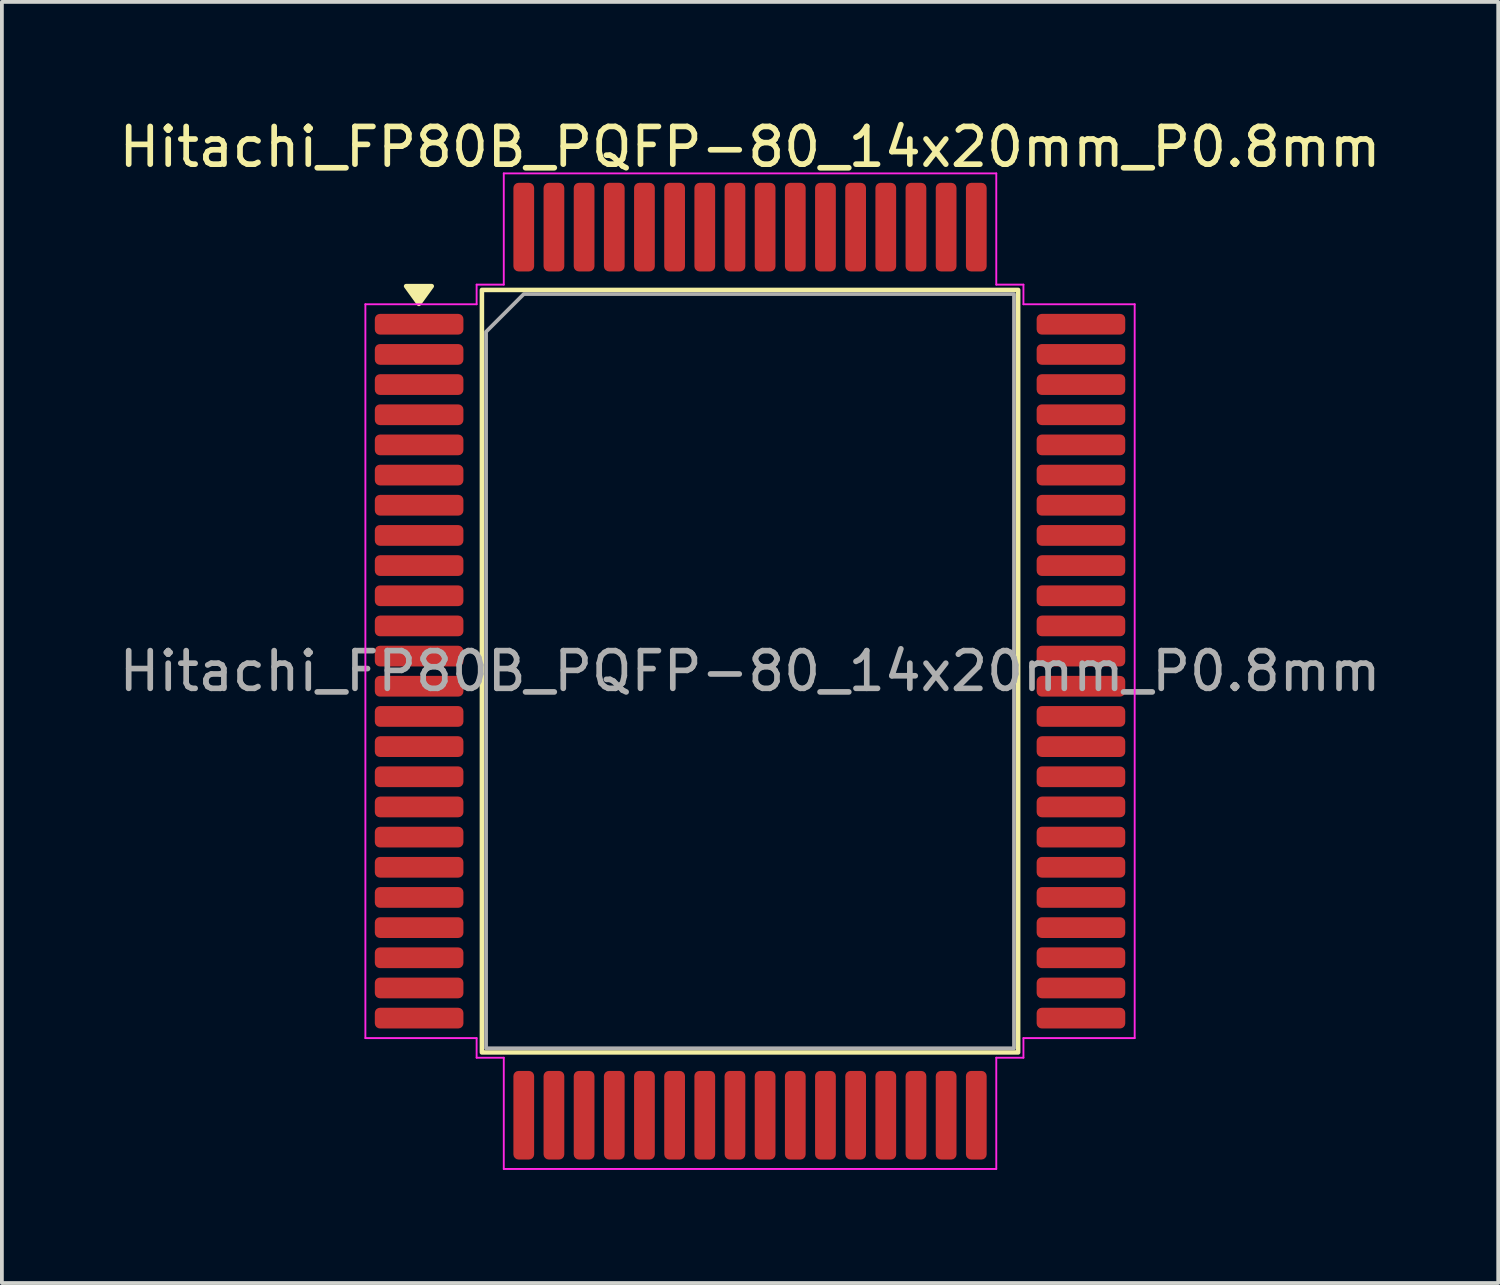
<source format=kicad_pcb>
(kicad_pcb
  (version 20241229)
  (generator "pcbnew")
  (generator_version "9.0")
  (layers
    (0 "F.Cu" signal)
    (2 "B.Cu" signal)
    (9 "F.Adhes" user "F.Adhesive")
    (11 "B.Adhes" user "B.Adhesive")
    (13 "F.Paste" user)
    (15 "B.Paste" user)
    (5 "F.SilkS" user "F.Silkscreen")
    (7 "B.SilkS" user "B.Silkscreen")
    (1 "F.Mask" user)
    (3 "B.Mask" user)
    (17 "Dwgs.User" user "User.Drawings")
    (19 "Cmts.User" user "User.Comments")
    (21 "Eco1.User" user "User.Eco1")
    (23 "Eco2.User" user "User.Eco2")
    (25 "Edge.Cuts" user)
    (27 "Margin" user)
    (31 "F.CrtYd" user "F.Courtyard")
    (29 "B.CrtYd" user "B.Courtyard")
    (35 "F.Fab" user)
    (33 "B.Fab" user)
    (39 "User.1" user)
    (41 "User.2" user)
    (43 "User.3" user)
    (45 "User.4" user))
  (footprint "Hitachi_FP80B_PQFP-80_14x20mm_P0.8mm"
    (layer "F.Cu")
    (at 16.839 14.748)
    (property "Reference" "Hitachi_FP80B_PQFP-80_14x20mm_P0.8mm" (at 0 -13.9 0) (layer "F.SilkS") (effects (font (size 1 1) (thickness 0.15))))
    (attr smd)
    (fp_rect (start -7.11 -10.11) (end 7.11 10.11) (stroke (width 0.12) (type solid)) (fill no) (layer "F.SilkS"))
    (fp_poly (pts (xy -8.78 -9.74) (xy -9.12 -10.21) (xy -8.44 -10.21)) (stroke (width 0.12) (type solid)) (fill yes) (layer "F.SilkS"))
    (fp_line (start -10.2 -9.73) (end -7.25 -9.73) (stroke (width 0.05) (type solid)) (layer "F.CrtYd"))
    (fp_line (start -10.2 9.73) (end -10.2 -9.73) (stroke (width 0.05) (type solid)) (layer "F.CrtYd"))
    (fp_line (start -7.25 -10.25) (end -6.53 -10.25) (stroke (width 0.05) (type solid)) (layer "F.CrtYd"))
    (fp_line (start -7.25 -9.73) (end -7.25 -10.25) (stroke (width 0.05) (type solid)) (layer "F.CrtYd"))
    (fp_line (start -7.25 9.73) (end -10.2 9.73) (stroke (width 0.05) (type solid)) (layer "F.CrtYd"))
    (fp_line (start -7.25 10.25) (end -7.25 9.73) (stroke (width 0.05) (type solid)) (layer "F.CrtYd"))
    (fp_line (start -6.53 -13.2) (end 6.53 -13.2) (stroke (width 0.05) (type solid)) (layer "F.CrtYd"))
    (fp_line (start -6.53 -10.25) (end -6.53 -13.2) (stroke (width 0.05) (type solid)) (layer "F.CrtYd"))
    (fp_line (start -6.53 10.25) (end -7.25 10.25) (stroke (width 0.05) (type solid)) (layer "F.CrtYd"))
    (fp_line (start -6.53 13.2) (end -6.53 10.25) (stroke (width 0.05) (type solid)) (layer "F.CrtYd"))
    (fp_line (start 6.53 -13.2) (end 6.53 -10.25) (stroke (width 0.05) (type solid)) (layer "F.CrtYd"))
    (fp_line (start 6.53 -10.25) (end 7.25 -10.25) (stroke (width 0.05) (type solid)) (layer "F.CrtYd"))
    (fp_line (start 6.53 10.25) (end 6.53 13.2) (stroke (width 0.05) (type solid)) (layer "F.CrtYd"))
    (fp_line (start 6.53 13.2) (end -6.53 13.2) (stroke (width 0.05) (type solid)) (layer "F.CrtYd"))
    (fp_line (start 7.25 -10.25) (end 7.25 -9.73) (stroke (width 0.05) (type solid)) (layer "F.CrtYd"))
    (fp_line (start 7.25 -9.73) (end 10.2 -9.73) (stroke (width 0.05) (type solid)) (layer "F.CrtYd"))
    (fp_line (start 7.25 9.73) (end 7.25 10.25) (stroke (width 0.05) (type solid)) (layer "F.CrtYd"))
    (fp_line (start 7.25 10.25) (end 6.53 10.25) (stroke (width 0.05) (type solid)) (layer "F.CrtYd"))
    (fp_line (start 10.2 -9.73) (end 10.2 9.73) (stroke (width 0.05) (type solid)) (layer "F.CrtYd"))
    (fp_line (start 10.2 9.73) (end 7.25 9.73) (stroke (width 0.05) (type solid)) (layer "F.CrtYd"))
    (fp_poly (pts (xy -7 -9) (xy -7 10) (xy 7 10) (xy 7 -10) (xy -6 -10)) (stroke (width 0.1) (type solid)) (fill no) (layer "F.Fab"))
    (fp_text user "${REFERENCE}" (at 0 0 0) (layer "F.Fab") (effects (font (size 1 1) (thickness 0.15))))
    (pad "1" smd roundrect (at -8.775 -9.2) (size 2.35 0.55) (layers "F.Cu" "F.Mask" "F.Paste") (roundrect_rratio 0.25))
    (pad "2" smd roundrect (at -8.775 -8.4) (size 2.35 0.55) (layers "F.Cu" "F.Mask" "F.Paste") (roundrect_rratio 0.25))
    (pad "3" smd roundrect (at -8.775 -7.6) (size 2.35 0.55) (layers "F.Cu" "F.Mask" "F.Paste") (roundrect_rratio 0.25))
    (pad "4" smd roundrect (at -8.775 -6.8) (size 2.35 0.55) (layers "F.Cu" "F.Mask" "F.Paste") (roundrect_rratio 0.25))
    (pad "5" smd roundrect (at -8.775 -6) (size 2.35 0.55) (layers "F.Cu" "F.Mask" "F.Paste") (roundrect_rratio 0.25))
    (pad "6" smd roundrect (at -8.775 -5.2) (size 2.35 0.55) (layers "F.Cu" "F.Mask" "F.Paste") (roundrect_rratio 0.25))
    (pad "7" smd roundrect (at -8.775 -4.4) (size 2.35 0.55) (layers "F.Cu" "F.Mask" "F.Paste") (roundrect_rratio 0.25))
    (pad "8" smd roundrect (at -8.775 -3.6) (size 2.35 0.55) (layers "F.Cu" "F.Mask" "F.Paste") (roundrect_rratio 0.25))
    (pad "9" smd roundrect (at -8.775 -2.8) (size 2.35 0.55) (layers "F.Cu" "F.Mask" "F.Paste") (roundrect_rratio 0.25))
    (pad "10" smd roundrect (at -8.775 -2) (size 2.35 0.55) (layers "F.Cu" "F.Mask" "F.Paste") (roundrect_rratio 0.25))
    (pad "11" smd roundrect (at -8.775 -1.2) (size 2.35 0.55) (layers "F.Cu" "F.Mask" "F.Paste") (roundrect_rratio 0.25))
    (pad "12" smd roundrect (at -8.775 -0.4) (size 2.35 0.55) (layers "F.Cu" "F.Mask" "F.Paste") (roundrect_rratio 0.25))
    (pad "13" smd roundrect (at -8.775 0.4) (size 2.35 0.55) (layers "F.Cu" "F.Mask" "F.Paste") (roundrect_rratio 0.25))
    (pad "14" smd roundrect (at -8.775 1.2) (size 2.35 0.55) (layers "F.Cu" "F.Mask" "F.Paste") (roundrect_rratio 0.25))
    (pad "15" smd roundrect (at -8.775 2) (size 2.35 0.55) (layers "F.Cu" "F.Mask" "F.Paste") (roundrect_rratio 0.25))
    (pad "16" smd roundrect (at -8.775 2.8) (size 2.35 0.55) (layers "F.Cu" "F.Mask" "F.Paste") (roundrect_rratio 0.25))
    (pad "17" smd roundrect (at -8.775 3.6) (size 2.35 0.55) (layers "F.Cu" "F.Mask" "F.Paste") (roundrect_rratio 0.25))
    (pad "18" smd roundrect (at -8.775 4.4) (size 2.35 0.55) (layers "F.Cu" "F.Mask" "F.Paste") (roundrect_rratio 0.25))
    (pad "19" smd roundrect (at -8.775 5.2) (size 2.35 0.55) (layers "F.Cu" "F.Mask" "F.Paste") (roundrect_rratio 0.25))
    (pad "20" smd roundrect (at -8.775 6) (size 2.35 0.55) (layers "F.Cu" "F.Mask" "F.Paste") (roundrect_rratio 0.25))
    (pad "21" smd roundrect (at -8.775 6.8) (size 2.35 0.55) (layers "F.Cu" "F.Mask" "F.Paste") (roundrect_rratio 0.25))
    (pad "22" smd roundrect (at -8.775 7.6) (size 2.35 0.55) (layers "F.Cu" "F.Mask" "F.Paste") (roundrect_rratio 0.25))
    (pad "23" smd roundrect (at -8.775 8.4) (size 2.35 0.55) (layers "F.Cu" "F.Mask" "F.Paste") (roundrect_rratio 0.25))
    (pad "24" smd roundrect (at -8.775 9.2) (size 2.35 0.55) (layers "F.Cu" "F.Mask" "F.Paste") (roundrect_rratio 0.25))
    (pad "25" smd roundrect (at -6 11.775) (size 0.55 2.35) (layers "F.Cu" "F.Mask" "F.Paste") (roundrect_rratio 0.25))
    (pad "26" smd roundrect (at -5.2 11.775) (size 0.55 2.35) (layers "F.Cu" "F.Mask" "F.Paste") (roundrect_rratio 0.25))
    (pad "27" smd roundrect (at -4.4 11.775) (size 0.55 2.35) (layers "F.Cu" "F.Mask" "F.Paste") (roundrect_rratio 0.25))
    (pad "28" smd roundrect (at -3.6 11.775) (size 0.55 2.35) (layers "F.Cu" "F.Mask" "F.Paste") (roundrect_rratio 0.25))
    (pad "29" smd roundrect (at -2.8 11.775) (size 0.55 2.35) (layers "F.Cu" "F.Mask" "F.Paste") (roundrect_rratio 0.25))
    (pad "30" smd roundrect (at -2 11.775) (size 0.55 2.35) (layers "F.Cu" "F.Mask" "F.Paste") (roundrect_rratio 0.25))
    (pad "31" smd roundrect (at -1.2 11.775) (size 0.55 2.35) (layers "F.Cu" "F.Mask" "F.Paste") (roundrect_rratio 0.25))
    (pad "32" smd roundrect (at -0.4 11.775) (size 0.55 2.35) (layers "F.Cu" "F.Mask" "F.Paste") (roundrect_rratio 0.25))
    (pad "33" smd roundrect (at 0.4 11.775) (size 0.55 2.35) (layers "F.Cu" "F.Mask" "F.Paste") (roundrect_rratio 0.25))
    (pad "34" smd roundrect (at 1.2 11.775) (size 0.55 2.35) (layers "F.Cu" "F.Mask" "F.Paste") (roundrect_rratio 0.25))
    (pad "35" smd roundrect (at 2 11.775) (size 0.55 2.35) (layers "F.Cu" "F.Mask" "F.Paste") (roundrect_rratio 0.25))
    (pad "36" smd roundrect (at 2.8 11.775) (size 0.55 2.35) (layers "F.Cu" "F.Mask" "F.Paste") (roundrect_rratio 0.25))
    (pad "37" smd roundrect (at 3.6 11.775) (size 0.55 2.35) (layers "F.Cu" "F.Mask" "F.Paste") (roundrect_rratio 0.25))
    (pad "38" smd roundrect (at 4.4 11.775) (size 0.55 2.35) (layers "F.Cu" "F.Mask" "F.Paste") (roundrect_rratio 0.25))
    (pad "39" smd roundrect (at 5.2 11.775) (size 0.55 2.35) (layers "F.Cu" "F.Mask" "F.Paste") (roundrect_rratio 0.25))
    (pad "40" smd roundrect (at 6 11.775) (size 0.55 2.35) (layers "F.Cu" "F.Mask" "F.Paste") (roundrect_rratio 0.25))
    (pad "41" smd roundrect (at 8.775 9.2) (size 2.35 0.55) (layers "F.Cu" "F.Mask" "F.Paste") (roundrect_rratio 0.25))
    (pad "42" smd roundrect (at 8.775 8.4) (size 2.35 0.55) (layers "F.Cu" "F.Mask" "F.Paste") (roundrect_rratio 0.25))
    (pad "43" smd roundrect (at 8.775 7.6) (size 2.35 0.55) (layers "F.Cu" "F.Mask" "F.Paste") (roundrect_rratio 0.25))
    (pad "44" smd roundrect (at 8.775 6.8) (size 2.35 0.55) (layers "F.Cu" "F.Mask" "F.Paste") (roundrect_rratio 0.25))
    (pad "45" smd roundrect (at 8.775 6) (size 2.35 0.55) (layers "F.Cu" "F.Mask" "F.Paste") (roundrect_rratio 0.25))
    (pad "46" smd roundrect (at 8.775 5.2) (size 2.35 0.55) (layers "F.Cu" "F.Mask" "F.Paste") (roundrect_rratio 0.25))
    (pad "47" smd roundrect (at 8.775 4.4) (size 2.35 0.55) (layers "F.Cu" "F.Mask" "F.Paste") (roundrect_rratio 0.25))
    (pad "48" smd roundrect (at 8.775 3.6) (size 2.35 0.55) (layers "F.Cu" "F.Mask" "F.Paste") (roundrect_rratio 0.25))
    (pad "49" smd roundrect (at 8.775 2.8) (size 2.35 0.55) (layers "F.Cu" "F.Mask" "F.Paste") (roundrect_rratio 0.25))
    (pad "50" smd roundrect (at 8.775 2) (size 2.35 0.55) (layers "F.Cu" "F.Mask" "F.Paste") (roundrect_rratio 0.25))
    (pad "51" smd roundrect (at 8.775 1.2) (size 2.35 0.55) (layers "F.Cu" "F.Mask" "F.Paste") (roundrect_rratio 0.25))
    (pad "52" smd roundrect (at 8.775 0.4) (size 2.35 0.55) (layers "F.Cu" "F.Mask" "F.Paste") (roundrect_rratio 0.25))
    (pad "53" smd roundrect (at 8.775 -0.4) (size 2.35 0.55) (layers "F.Cu" "F.Mask" "F.Paste") (roundrect_rratio 0.25))
    (pad "54" smd roundrect (at 8.775 -1.2) (size 2.35 0.55) (layers "F.Cu" "F.Mask" "F.Paste") (roundrect_rratio 0.25))
    (pad "55" smd roundrect (at 8.775 -2) (size 2.35 0.55) (layers "F.Cu" "F.Mask" "F.Paste") (roundrect_rratio 0.25))
    (pad "56" smd roundrect (at 8.775 -2.8) (size 2.35 0.55) (layers "F.Cu" "F.Mask" "F.Paste") (roundrect_rratio 0.25))
    (pad "57" smd roundrect (at 8.775 -3.6) (size 2.35 0.55) (layers "F.Cu" "F.Mask" "F.Paste") (roundrect_rratio 0.25))
    (pad "58" smd roundrect (at 8.775 -4.4) (size 2.35 0.55) (layers "F.Cu" "F.Mask" "F.Paste") (roundrect_rratio 0.25))
    (pad "59" smd roundrect (at 8.775 -5.2) (size 2.35 0.55) (layers "F.Cu" "F.Mask" "F.Paste") (roundrect_rratio 0.25))
    (pad "60" smd roundrect (at 8.775 -6) (size 2.35 0.55) (layers "F.Cu" "F.Mask" "F.Paste") (roundrect_rratio 0.25))
    (pad "61" smd roundrect (at 8.775 -6.8) (size 2.35 0.55) (layers "F.Cu" "F.Mask" "F.Paste") (roundrect_rratio 0.25))
    (pad "62" smd roundrect (at 8.775 -7.6) (size 2.35 0.55) (layers "F.Cu" "F.Mask" "F.Paste") (roundrect_rratio 0.25))
    (pad "63" smd roundrect (at 8.775 -8.4) (size 2.35 0.55) (layers "F.Cu" "F.Mask" "F.Paste") (roundrect_rratio 0.25))
    (pad "64" smd roundrect (at 8.775 -9.2) (size 2.35 0.55) (layers "F.Cu" "F.Mask" "F.Paste") (roundrect_rratio 0.25))
    (pad "65" smd roundrect (at 6 -11.775) (size 0.55 2.35) (layers "F.Cu" "F.Mask" "F.Paste") (roundrect_rratio 0.25))
    (pad "66" smd roundrect (at 5.2 -11.775) (size 0.55 2.35) (layers "F.Cu" "F.Mask" "F.Paste") (roundrect_rratio 0.25))
    (pad "67" smd roundrect (at 4.4 -11.775) (size 0.55 2.35) (layers "F.Cu" "F.Mask" "F.Paste") (roundrect_rratio 0.25))
    (pad "68" smd roundrect (at 3.6 -11.775) (size 0.55 2.35) (layers "F.Cu" "F.Mask" "F.Paste") (roundrect_rratio 0.25))
    (pad "69" smd roundrect (at 2.8 -11.775) (size 0.55 2.35) (layers "F.Cu" "F.Mask" "F.Paste") (roundrect_rratio 0.25))
    (pad "70" smd roundrect (at 2 -11.775) (size 0.55 2.35) (layers "F.Cu" "F.Mask" "F.Paste") (roundrect_rratio 0.25))
    (pad "71" smd roundrect (at 1.2 -11.775) (size 0.55 2.35) (layers "F.Cu" "F.Mask" "F.Paste") (roundrect_rratio 0.25))
    (pad "72" smd roundrect (at 0.4 -11.775) (size 0.55 2.35) (layers "F.Cu" "F.Mask" "F.Paste") (roundrect_rratio 0.25))
    (pad "73" smd roundrect (at -0.4 -11.775) (size 0.55 2.35) (layers "F.Cu" "F.Mask" "F.Paste") (roundrect_rratio 0.25))
    (pad "74" smd roundrect (at -1.2 -11.775) (size 0.55 2.35) (layers "F.Cu" "F.Mask" "F.Paste") (roundrect_rratio 0.25))
    (pad "75" smd roundrect (at -2 -11.775) (size 0.55 2.35) (layers "F.Cu" "F.Mask" "F.Paste") (roundrect_rratio 0.25))
    (pad "76" smd roundrect (at -2.8 -11.775) (size 0.55 2.35) (layers "F.Cu" "F.Mask" "F.Paste") (roundrect_rratio 0.25))
    (pad "77" smd roundrect (at -3.6 -11.775) (size 0.55 2.35) (layers "F.Cu" "F.Mask" "F.Paste") (roundrect_rratio 0.25))
    (pad "78" smd roundrect (at -4.4 -11.775) (size 0.55 2.35) (layers "F.Cu" "F.Mask" "F.Paste") (roundrect_rratio 0.25))
    (pad "79" smd roundrect (at -5.2 -11.775) (size 0.55 2.35) (layers "F.Cu" "F.Mask" "F.Paste") (roundrect_rratio 0.25))
    (pad "80" smd roundrect (at -6 -11.775) (size 0.55 2.35) (layers "F.Cu" "F.Mask" "F.Paste") (roundrect_rratio 0.25)))
  (gr_rect
    (start -3 -3)
    (end 36.679 30.973)
    (stroke (width 0.1) (type default))
    (fill no)
    (layer "Edge.Cuts")))
</source>
